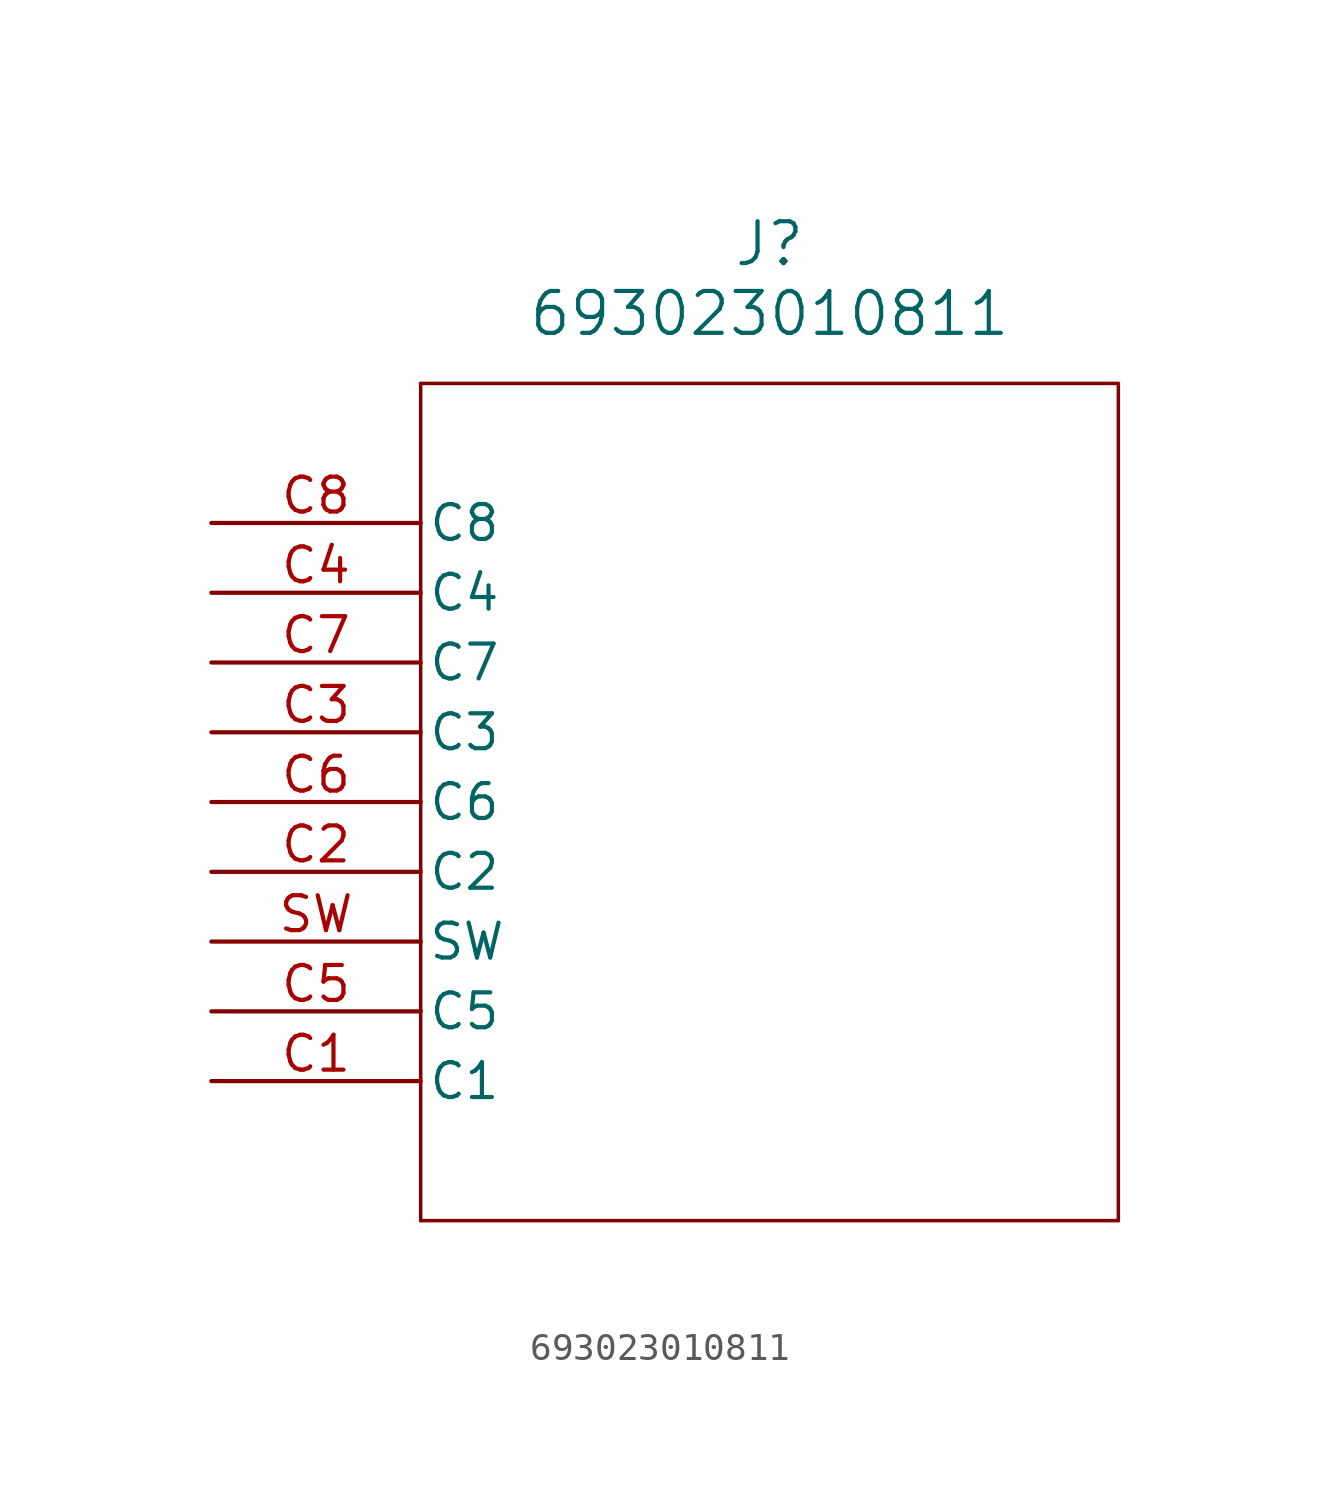
<source format=kicad_sym>
(kicad_symbol_lib
  (version 20211014)
  (generator kicad_symbol_editor)
  (symbol "693023010811"
    (pin_names
      (offset 0.254))
    (property "Reference" "J"
      (at 20.32 10.16 0)
      (effects (font (size 1.524 1.524))))
    (property "Value" "693023010811"
      (at 20.32 7.62 0)
      (effects (font (size 1.524 1.524))))
    (symbol "693023010811_0_1"
      (polyline (pts (xy 7.62 5.08) (xy 7.62 -25.4)) (stroke (width 0.127) (type default) (color 0 0 0 0)) (fill (type none)))
      (polyline (pts (xy 7.62 -25.4) (xy 33.02 -25.4)) (stroke (width 0.127) (type default) (color 0 0 0 0)) (fill (type none)))
      (polyline (pts (xy 33.02 -25.4) (xy 33.02 5.08)) (stroke (width 0.127) (type default) (color 0 0 0 0)) (fill (type none)))
      (polyline (pts (xy 33.02 5.08) (xy 7.62 5.08)) (stroke (width 0.127) (type default) (color 0 0 0 0)) (fill (type none)))
      (pin unspecified line (at 0 0 0) (length 7.62) (name "C8" (effects (font (size 1.27 1.27)))) (number "C8" (effects (font (size 1.27 1.27)))))
      (pin unspecified line (at 0 -2.54 0) (length 7.62) (name "C4" (effects (font (size 1.27 1.27)))) (number "C4" (effects (font (size 1.27 1.27)))))
      (pin unspecified line (at 0 -5.08 0) (length 7.62) (name "C7" (effects (font (size 1.27 1.27)))) (number "C7" (effects (font (size 1.27 1.27)))))
      (pin unspecified line (at 0 -7.62 0) (length 7.62) (name "C3" (effects (font (size 1.27 1.27)))) (number "C3" (effects (font (size 1.27 1.27)))))
      (pin unspecified line (at 0 -10.16 0) (length 7.62) (name "C6" (effects (font (size 1.27 1.27)))) (number "C6" (effects (font (size 1.27 1.27)))))
      (pin unspecified line (at 0 -12.7 0) (length 7.62) (name "C2" (effects (font (size 1.27 1.27)))) (number "C2" (effects (font (size 1.27 1.27)))))
      (pin unspecified line (at 0 -15.24 0) (length 7.62) (name "SW" (effects (font (size 1.27 1.27)))) (number "SW" (effects (font (size 1.27 1.27)))))
      (pin unspecified line (at 0 -17.78 0) (length 7.62) (name "C5" (effects (font (size 1.27 1.27)))) (number "C5" (effects (font (size 1.27 1.27)))))
      (pin unspecified line (at 0 -20.32 0) (length 7.62) (name "C1" (effects (font (size 1.27 1.27)))) (number "C1" (effects (font (size 1.27 1.27))))))))
</source>
